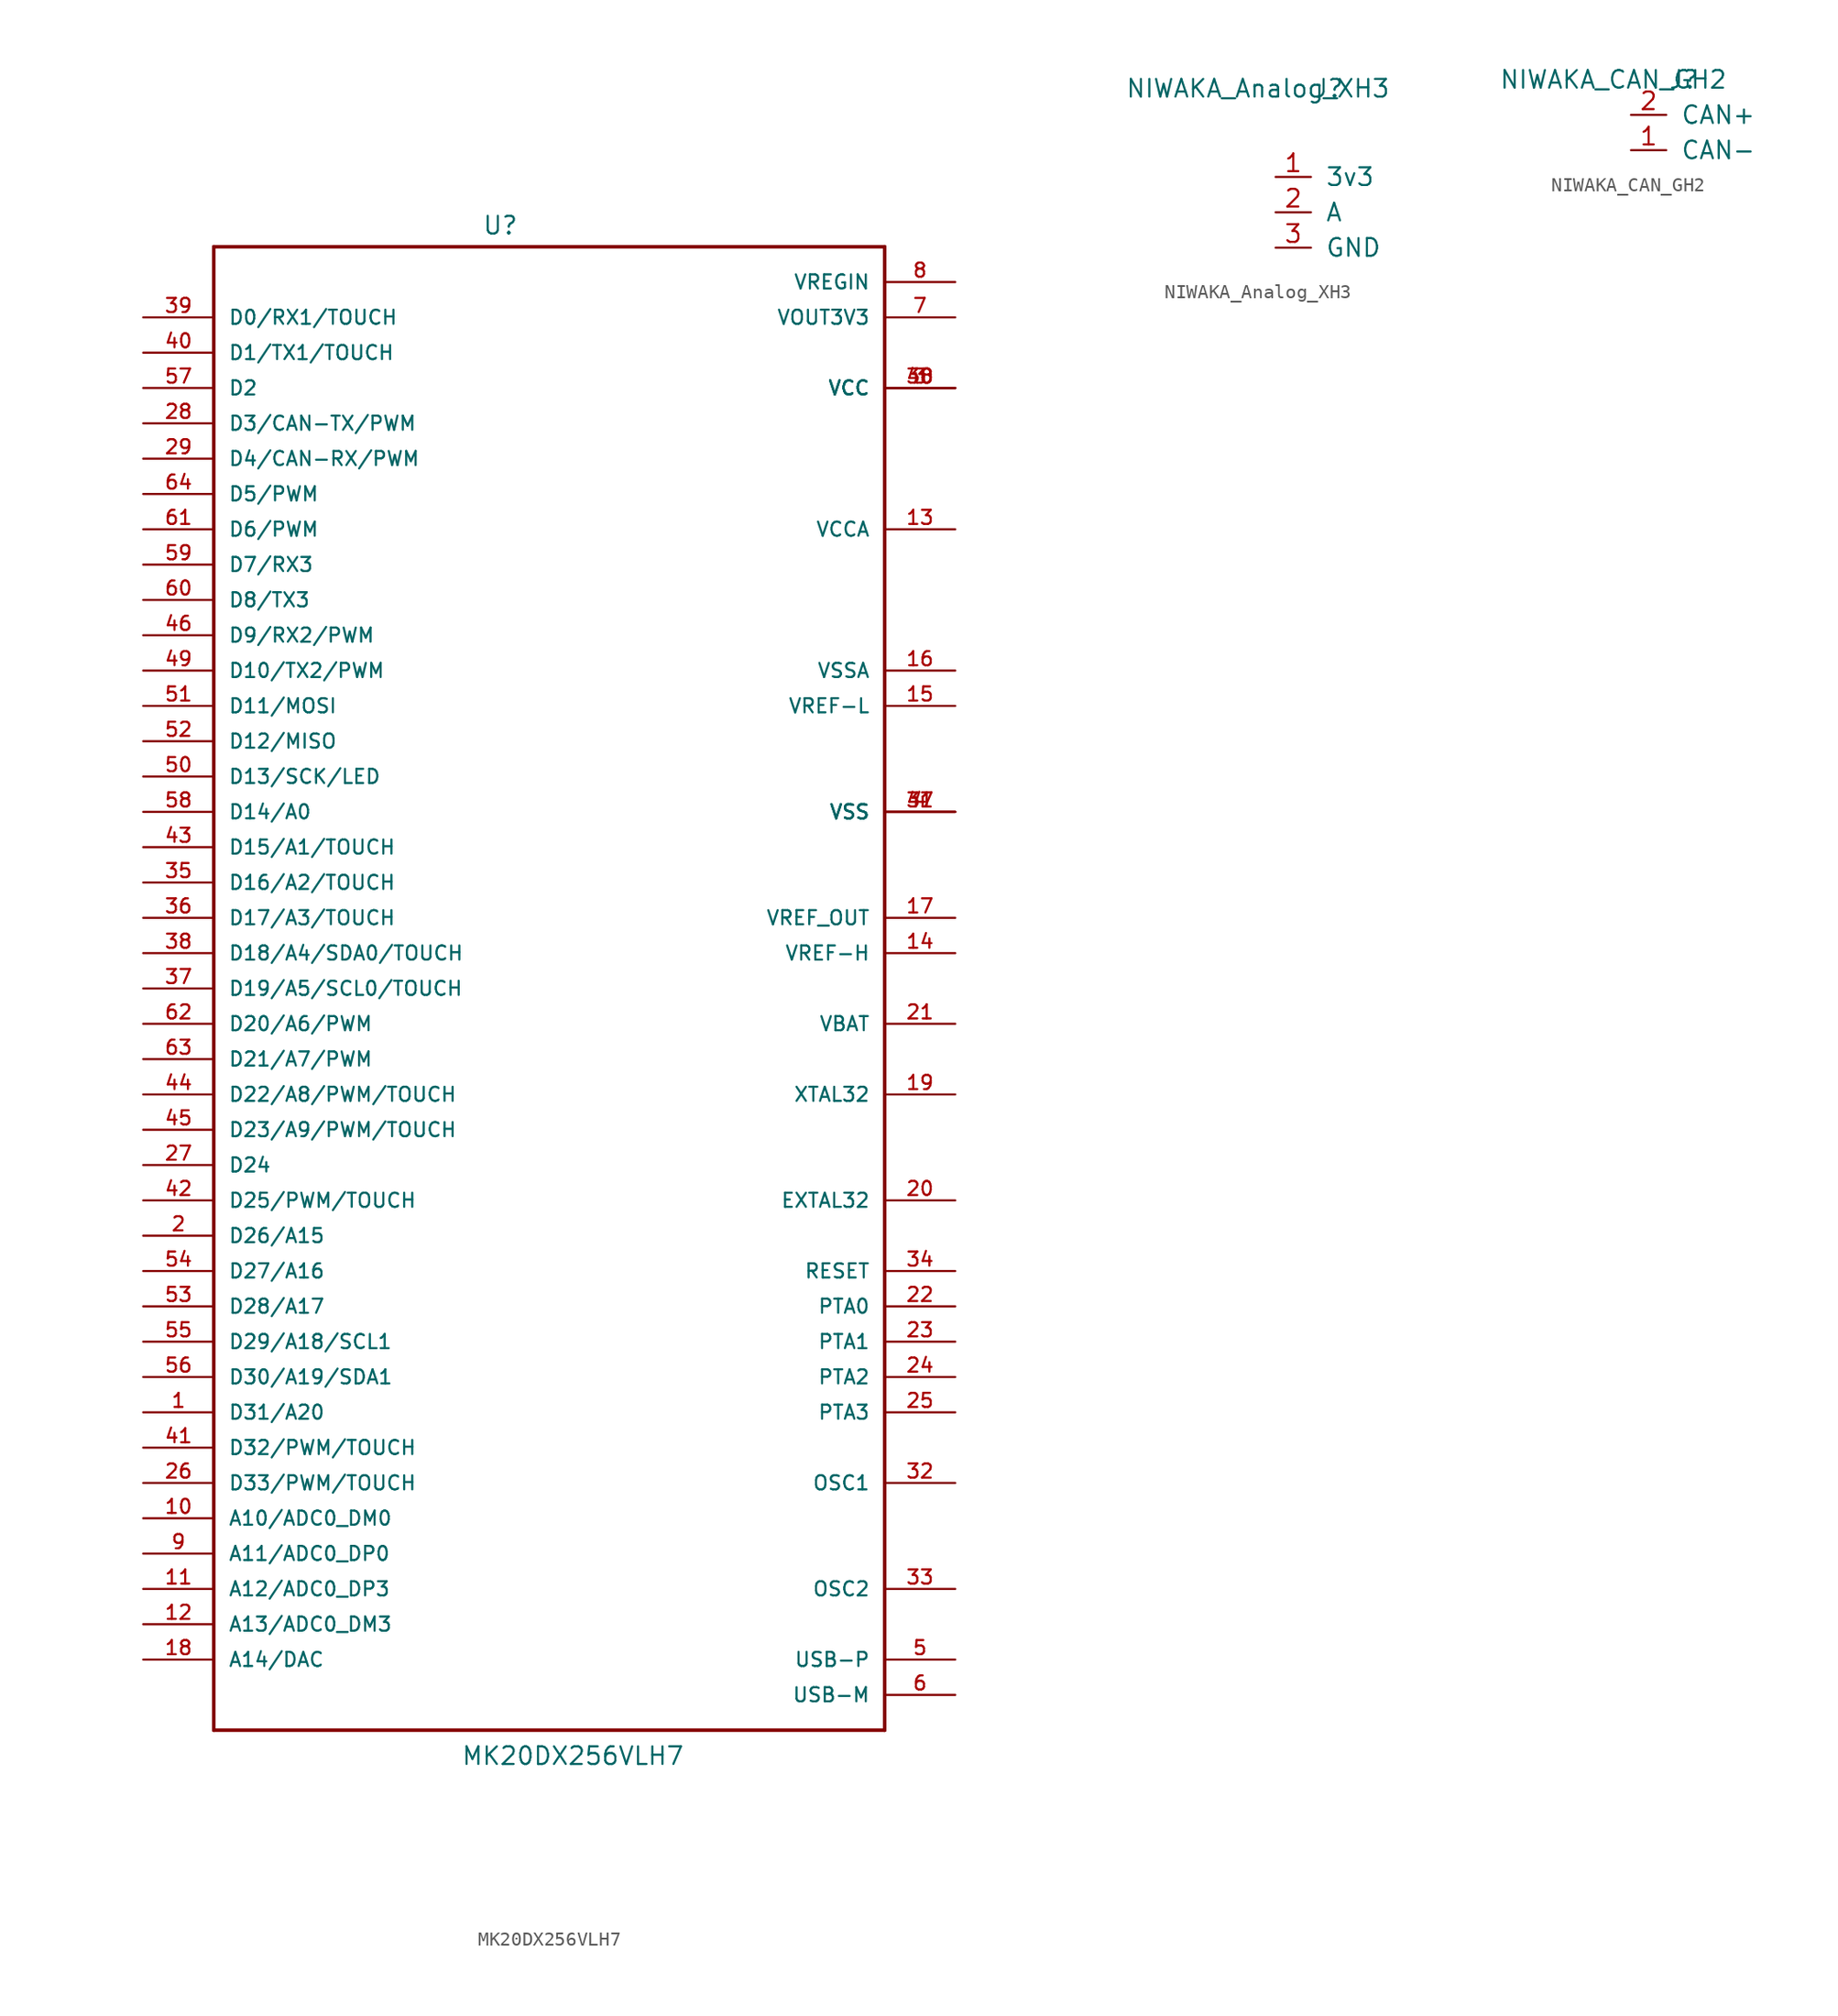
<source format=kicad_sym>
(kicad_symbol_lib
  (version 20220914)
  (generator kicad_symbol_editor)
  (symbol "MK20DX256VLH7"
    (pin_names
      (offset 1.016))
    (property "Reference" "U"
      (at -3.556 56.667 0)
      (effects (font (size 1.27 1.27)) (justify left bottom)))
    (property "Value" "MK20DX256VLH7"
      (at -5.08 -53.391 0)
      (effects (font (size 1.27 1.27)) (justify left bottom)))
    (symbol "MK20DX256VLH7_0_0"
      (polyline (pts (xy -22.86 -50.8) (xy -22.86 55.88)) (stroke (width 0.254) (type solid)) (fill (type none)))
      (polyline (pts (xy -22.86 55.88) (xy 25.4 55.88)) (stroke (width 0.254) (type solid)) (fill (type none)))
      (polyline (pts (xy 25.4 -50.8) (xy -22.86 -50.8)) (stroke (width 0.254) (type solid)) (fill (type none)))
      (polyline (pts (xy 25.4 55.88) (xy 25.4 -50.8)) (stroke (width 0.254) (type solid)) (fill (type none)))
      (pin bidirectional line (at -27.94 -27.94 0) (length 5.08) (name "D31/A20" (effects (font (size 1.016 1.016)))) (number "1" (effects (font (size 1.016 1.016)))))
      (pin bidirectional line (at -27.94 -35.56 0) (length 5.08) (name "A10/ADC0_DM0" (effects (font (size 1.016 1.016)))) (number "10" (effects (font (size 1.016 1.016)))))
      (pin bidirectional line (at -27.94 -40.64 0) (length 5.08) (name "A12/ADC0_DP3" (effects (font (size 1.016 1.016)))) (number "11" (effects (font (size 1.016 1.016)))))
      (pin bidirectional line (at -27.94 -43.18 0) (length 5.08) (name "A13/ADC0_DM3" (effects (font (size 1.016 1.016)))) (number "12" (effects (font (size 1.016 1.016)))))
      (pin bidirectional line (at 30.48 35.56 180) (length 5.08) (name "VCCA" (effects (font (size 1.016 1.016)))) (number "13" (effects (font (size 1.016 1.016)))))
      (pin bidirectional line (at 30.48 5.08 180) (length 5.08) (name "VREF-H" (effects (font (size 1.016 1.016)))) (number "14" (effects (font (size 1.016 1.016)))))
      (pin bidirectional line (at 30.48 22.86 180) (length 5.08) (name "VREF-L" (effects (font (size 1.016 1.016)))) (number "15" (effects (font (size 1.016 1.016)))))
      (pin bidirectional line (at 30.48 25.4 180) (length 5.08) (name "VSSA" (effects (font (size 1.016 1.016)))) (number "16" (effects (font (size 1.016 1.016)))))
      (pin bidirectional line (at 30.48 7.62 180) (length 5.08) (name "VREF_OUT" (effects (font (size 1.016 1.016)))) (number "17" (effects (font (size 1.016 1.016)))))
      (pin bidirectional line (at -27.94 -45.72 0) (length 5.08) (name "A14/DAC" (effects (font (size 1.016 1.016)))) (number "18" (effects (font (size 1.016 1.016)))))
      (pin bidirectional line (at 30.48 -5.08 180) (length 5.08) (name "XTAL32" (effects (font (size 1.016 1.016)))) (number "19" (effects (font (size 1.016 1.016)))))
      (pin bidirectional line (at -27.94 -15.24 0) (length 5.08) (name "D26/A15" (effects (font (size 1.016 1.016)))) (number "2" (effects (font (size 1.016 1.016)))))
      (pin bidirectional line (at 30.48 -12.7 180) (length 5.08) (name "EXTAL32" (effects (font (size 1.016 1.016)))) (number "20" (effects (font (size 1.016 1.016)))))
      (pin bidirectional line (at 30.48 0 180) (length 5.08) (name "VBAT" (effects (font (size 1.016 1.016)))) (number "21" (effects (font (size 1.016 1.016)))))
      (pin bidirectional line (at 30.48 -20.32 180) (length 5.08) (name "PTA0" (effects (font (size 1.016 1.016)))) (number "22" (effects (font (size 1.016 1.016)))))
      (pin bidirectional line (at 30.48 -22.86 180) (length 5.08) (name "PTA1" (effects (font (size 1.016 1.016)))) (number "23" (effects (font (size 1.016 1.016)))))
      (pin bidirectional line (at 30.48 -25.4 180) (length 5.08) (name "PTA2" (effects (font (size 1.016 1.016)))) (number "24" (effects (font (size 1.016 1.016)))))
      (pin bidirectional line (at 30.48 -27.94 180) (length 5.08) (name "PTA3" (effects (font (size 1.016 1.016)))) (number "25" (effects (font (size 1.016 1.016)))))
      (pin bidirectional line (at -27.94 -33.02 0) (length 5.08) (name "D33/PWM/TOUCH" (effects (font (size 1.016 1.016)))) (number "26" (effects (font (size 1.016 1.016)))))
      (pin bidirectional line (at -27.94 -10.16 0) (length 5.08) (name "D24" (effects (font (size 1.016 1.016)))) (number "27" (effects (font (size 1.016 1.016)))))
      (pin bidirectional line (at -27.94 43.18 0) (length 5.08) (name "D3/CAN-TX/PWM" (effects (font (size 1.016 1.016)))) (number "28" (effects (font (size 1.016 1.016)))))
      (pin bidirectional line (at -27.94 40.64 0) (length 5.08) (name "D4/CAN-RX/PWM" (effects (font (size 1.016 1.016)))) (number "29" (effects (font (size 1.016 1.016)))))
      (pin bidirectional line (at 30.48 45.72 180) (length 5.08) (name "VCC" (effects (font (size 1.016 1.016)))) (number "3" (effects (font (size 1.016 1.016)))))
      (pin bidirectional line (at 30.48 45.72 180) (length 5.08) (name "VCC" (effects (font (size 1.016 1.016)))) (number "30" (effects (font (size 1.016 1.016)))))
      (pin bidirectional line (at 30.48 15.24 180) (length 5.08) (name "VSS" (effects (font (size 1.016 1.016)))) (number "31" (effects (font (size 1.016 1.016)))))
      (pin bidirectional line (at 30.48 -33.02 180) (length 5.08) (name "OSC1" (effects (font (size 1.016 1.016)))) (number "32" (effects (font (size 1.016 1.016)))))
      (pin bidirectional line (at 30.48 -40.64 180) (length 5.08) (name "OSC2" (effects (font (size 1.016 1.016)))) (number "33" (effects (font (size 1.016 1.016)))))
      (pin bidirectional line (at 30.48 -17.78 180) (length 5.08) (name "RESET" (effects (font (size 1.016 1.016)))) (number "34" (effects (font (size 1.016 1.016)))))
      (pin bidirectional line (at -27.94 10.16 0) (length 5.08) (name "D16/A2/TOUCH" (effects (font (size 1.016 1.016)))) (number "35" (effects (font (size 1.016 1.016)))))
      (pin bidirectional line (at -27.94 7.62 0) (length 5.08) (name "D17/A3/TOUCH" (effects (font (size 1.016 1.016)))) (number "36" (effects (font (size 1.016 1.016)))))
      (pin bidirectional line (at -27.94 2.54 0) (length 5.08) (name "D19/A5/SCL0/TOUCH" (effects (font (size 1.016 1.016)))) (number "37" (effects (font (size 1.016 1.016)))))
      (pin bidirectional line (at -27.94 5.08 0) (length 5.08) (name "D18/A4/SDA0/TOUCH" (effects (font (size 1.016 1.016)))) (number "38" (effects (font (size 1.016 1.016)))))
      (pin bidirectional line (at -27.94 50.8 0) (length 5.08) (name "D0/RX1/TOUCH" (effects (font (size 1.016 1.016)))) (number "39" (effects (font (size 1.016 1.016)))))
      (pin bidirectional line (at 30.48 15.24 180) (length 5.08) (name "VSS" (effects (font (size 1.016 1.016)))) (number "4" (effects (font (size 1.016 1.016)))))
      (pin bidirectional line (at -27.94 48.26 0) (length 5.08) (name "D1/TX1/TOUCH" (effects (font (size 1.016 1.016)))) (number "40" (effects (font (size 1.016 1.016)))))
      (pin bidirectional line (at -27.94 -30.48 0) (length 5.08) (name "D32/PWM/TOUCH" (effects (font (size 1.016 1.016)))) (number "41" (effects (font (size 1.016 1.016)))))
      (pin bidirectional line (at -27.94 -12.7 0) (length 5.08) (name "D25/PWM/TOUCH" (effects (font (size 1.016 1.016)))) (number "42" (effects (font (size 1.016 1.016)))))
      (pin bidirectional line (at -27.94 12.7 0) (length 5.08) (name "D15/A1/TOUCH" (effects (font (size 1.016 1.016)))) (number "43" (effects (font (size 1.016 1.016)))))
      (pin bidirectional line (at -27.94 -5.08 0) (length 5.08) (name "D22/A8/PWM/TOUCH" (effects (font (size 1.016 1.016)))) (number "44" (effects (font (size 1.016 1.016)))))
      (pin bidirectional line (at -27.94 -7.62 0) (length 5.08) (name "D23/A9/PWM/TOUCH" (effects (font (size 1.016 1.016)))) (number "45" (effects (font (size 1.016 1.016)))))
      (pin bidirectional line (at -27.94 27.94 0) (length 5.08) (name "D9/RX2/PWM" (effects (font (size 1.016 1.016)))) (number "46" (effects (font (size 1.016 1.016)))))
      (pin bidirectional line (at 30.48 15.24 180) (length 5.08) (name "VSS" (effects (font (size 1.016 1.016)))) (number "47" (effects (font (size 1.016 1.016)))))
      (pin bidirectional line (at 30.48 45.72 180) (length 5.08) (name "VCC" (effects (font (size 1.016 1.016)))) (number "48" (effects (font (size 1.016 1.016)))))
      (pin bidirectional line (at -27.94 25.4 0) (length 5.08) (name "D10/TX2/PWM" (effects (font (size 1.016 1.016)))) (number "49" (effects (font (size 1.016 1.016)))))
      (pin bidirectional line (at 30.48 -45.72 180) (length 5.08) (name "USB-P" (effects (font (size 1.016 1.016)))) (number "5" (effects (font (size 1.016 1.016)))))
      (pin bidirectional line (at -27.94 17.78 0) (length 5.08) (name "D13/SCK/LED" (effects (font (size 1.016 1.016)))) (number "50" (effects (font (size 1.016 1.016)))))
      (pin bidirectional line (at -27.94 22.86 0) (length 5.08) (name "D11/MOSI" (effects (font (size 1.016 1.016)))) (number "51" (effects (font (size 1.016 1.016)))))
      (pin bidirectional line (at -27.94 20.32 0) (length 5.08) (name "D12/MISO" (effects (font (size 1.016 1.016)))) (number "52" (effects (font (size 1.016 1.016)))))
      (pin bidirectional line (at -27.94 -20.32 0) (length 5.08) (name "D28/A17" (effects (font (size 1.016 1.016)))) (number "53" (effects (font (size 1.016 1.016)))))
      (pin bidirectional line (at -27.94 -17.78 0) (length 5.08) (name "D27/A16" (effects (font (size 1.016 1.016)))) (number "54" (effects (font (size 1.016 1.016)))))
      (pin bidirectional line (at -27.94 -22.86 0) (length 5.08) (name "D29/A18/SCL1" (effects (font (size 1.016 1.016)))) (number "55" (effects (font (size 1.016 1.016)))))
      (pin bidirectional line (at -27.94 -25.4 0) (length 5.08) (name "D30/A19/SDA1" (effects (font (size 1.016 1.016)))) (number "56" (effects (font (size 1.016 1.016)))))
      (pin bidirectional line (at -27.94 45.72 0) (length 5.08) (name "D2" (effects (font (size 1.016 1.016)))) (number "57" (effects (font (size 1.016 1.016)))))
      (pin bidirectional line (at -27.94 15.24 0) (length 5.08) (name "D14/A0" (effects (font (size 1.016 1.016)))) (number "58" (effects (font (size 1.016 1.016)))))
      (pin bidirectional line (at -27.94 33.02 0) (length 5.08) (name "D7/RX3" (effects (font (size 1.016 1.016)))) (number "59" (effects (font (size 1.016 1.016)))))
      (pin bidirectional line (at 30.48 -48.26 180) (length 5.08) (name "USB-M" (effects (font (size 1.016 1.016)))) (number "6" (effects (font (size 1.016 1.016)))))
      (pin bidirectional line (at -27.94 30.48 0) (length 5.08) (name "D8/TX3" (effects (font (size 1.016 1.016)))) (number "60" (effects (font (size 1.016 1.016)))))
      (pin bidirectional line (at -27.94 35.56 0) (length 5.08) (name "D6/PWM" (effects (font (size 1.016 1.016)))) (number "61" (effects (font (size 1.016 1.016)))))
      (pin bidirectional line (at -27.94 0 0) (length 5.08) (name "D20/A6/PWM" (effects (font (size 1.016 1.016)))) (number "62" (effects (font (size 1.016 1.016)))))
      (pin bidirectional line (at -27.94 -2.54 0) (length 5.08) (name "D21/A7/PWM" (effects (font (size 1.016 1.016)))) (number "63" (effects (font (size 1.016 1.016)))))
      (pin bidirectional line (at -27.94 38.1 0) (length 5.08) (name "D5/PWM" (effects (font (size 1.016 1.016)))) (number "64" (effects (font (size 1.016 1.016)))))
      (pin bidirectional line (at 30.48 50.8 180) (length 5.08) (name "VOUT3V3" (effects (font (size 1.016 1.016)))) (number "7" (effects (font (size 1.016 1.016)))))
      (pin bidirectional line (at 30.48 53.34 180) (length 5.08) (name "VREGIN" (effects (font (size 1.016 1.016)))) (number "8" (effects (font (size 1.016 1.016)))))
      (pin bidirectional line (at -27.94 -38.1 0) (length 5.08) (name "A11/ADC0_DP0" (effects (font (size 1.016 1.016)))) (number "9" (effects (font (size 1.016 1.016)))))))
  (symbol "NIWAKA_Analog_XH3"
    (pin_names
      (offset 1.016))
    (property "Reference" "J"
      (at 1.27 3.81 0)
      (effects (font (size 1.27 1.27))))
    (property "Value" "NIWAKA_Analog_XH3"
      (at -3.81 3.81 0)
      (effects (font (size 1.27 1.27))))
    (symbol "NIWAKA_Analog_XH3_1_1"
      (pin input line (at -2.54 -2.54 0) (length 2.54) (name "3v3" (effects (font (size 1.27 1.27)))) (number "1" (effects (font (size 1.27 1.27)))))
      (pin input line (at -2.54 -5.08 0) (length 2.54) (name "A" (effects (font (size 1.27 1.27)))) (number "2" (effects (font (size 1.27 1.27)))))
      (pin input line (at -2.54 -7.62 0) (length 2.54) (name "GND" (effects (font (size 1.27 1.27)))) (number "3" (effects (font (size 1.27 1.27)))))))
  (symbol "NIWAKA_CAN_GH2"
    (pin_names
      (offset 1.016))
    (property "Reference" "J"
      (at 1.27 3.81 0)
      (effects (font (size 1.27 1.27))))
    (property "Value" "NIWAKA_CAN_GH2"
      (at -3.81 3.81 0)
      (effects (font (size 1.27 1.27))))
    (symbol "NIWAKA_CAN_GH2_1_1"
      (pin input line (at -2.54 -1.27 0) (length 2.54) (name "CAN-" (effects (font (size 1.27 1.27)))) (number "1" (effects (font (size 1.27 1.27)))))
      (pin input line (at -2.54 1.27 0) (length 2.54) (name "CAN+" (effects (font (size 1.27 1.27)))) (number "2" (effects (font (size 1.27 1.27))))))))
</source>
